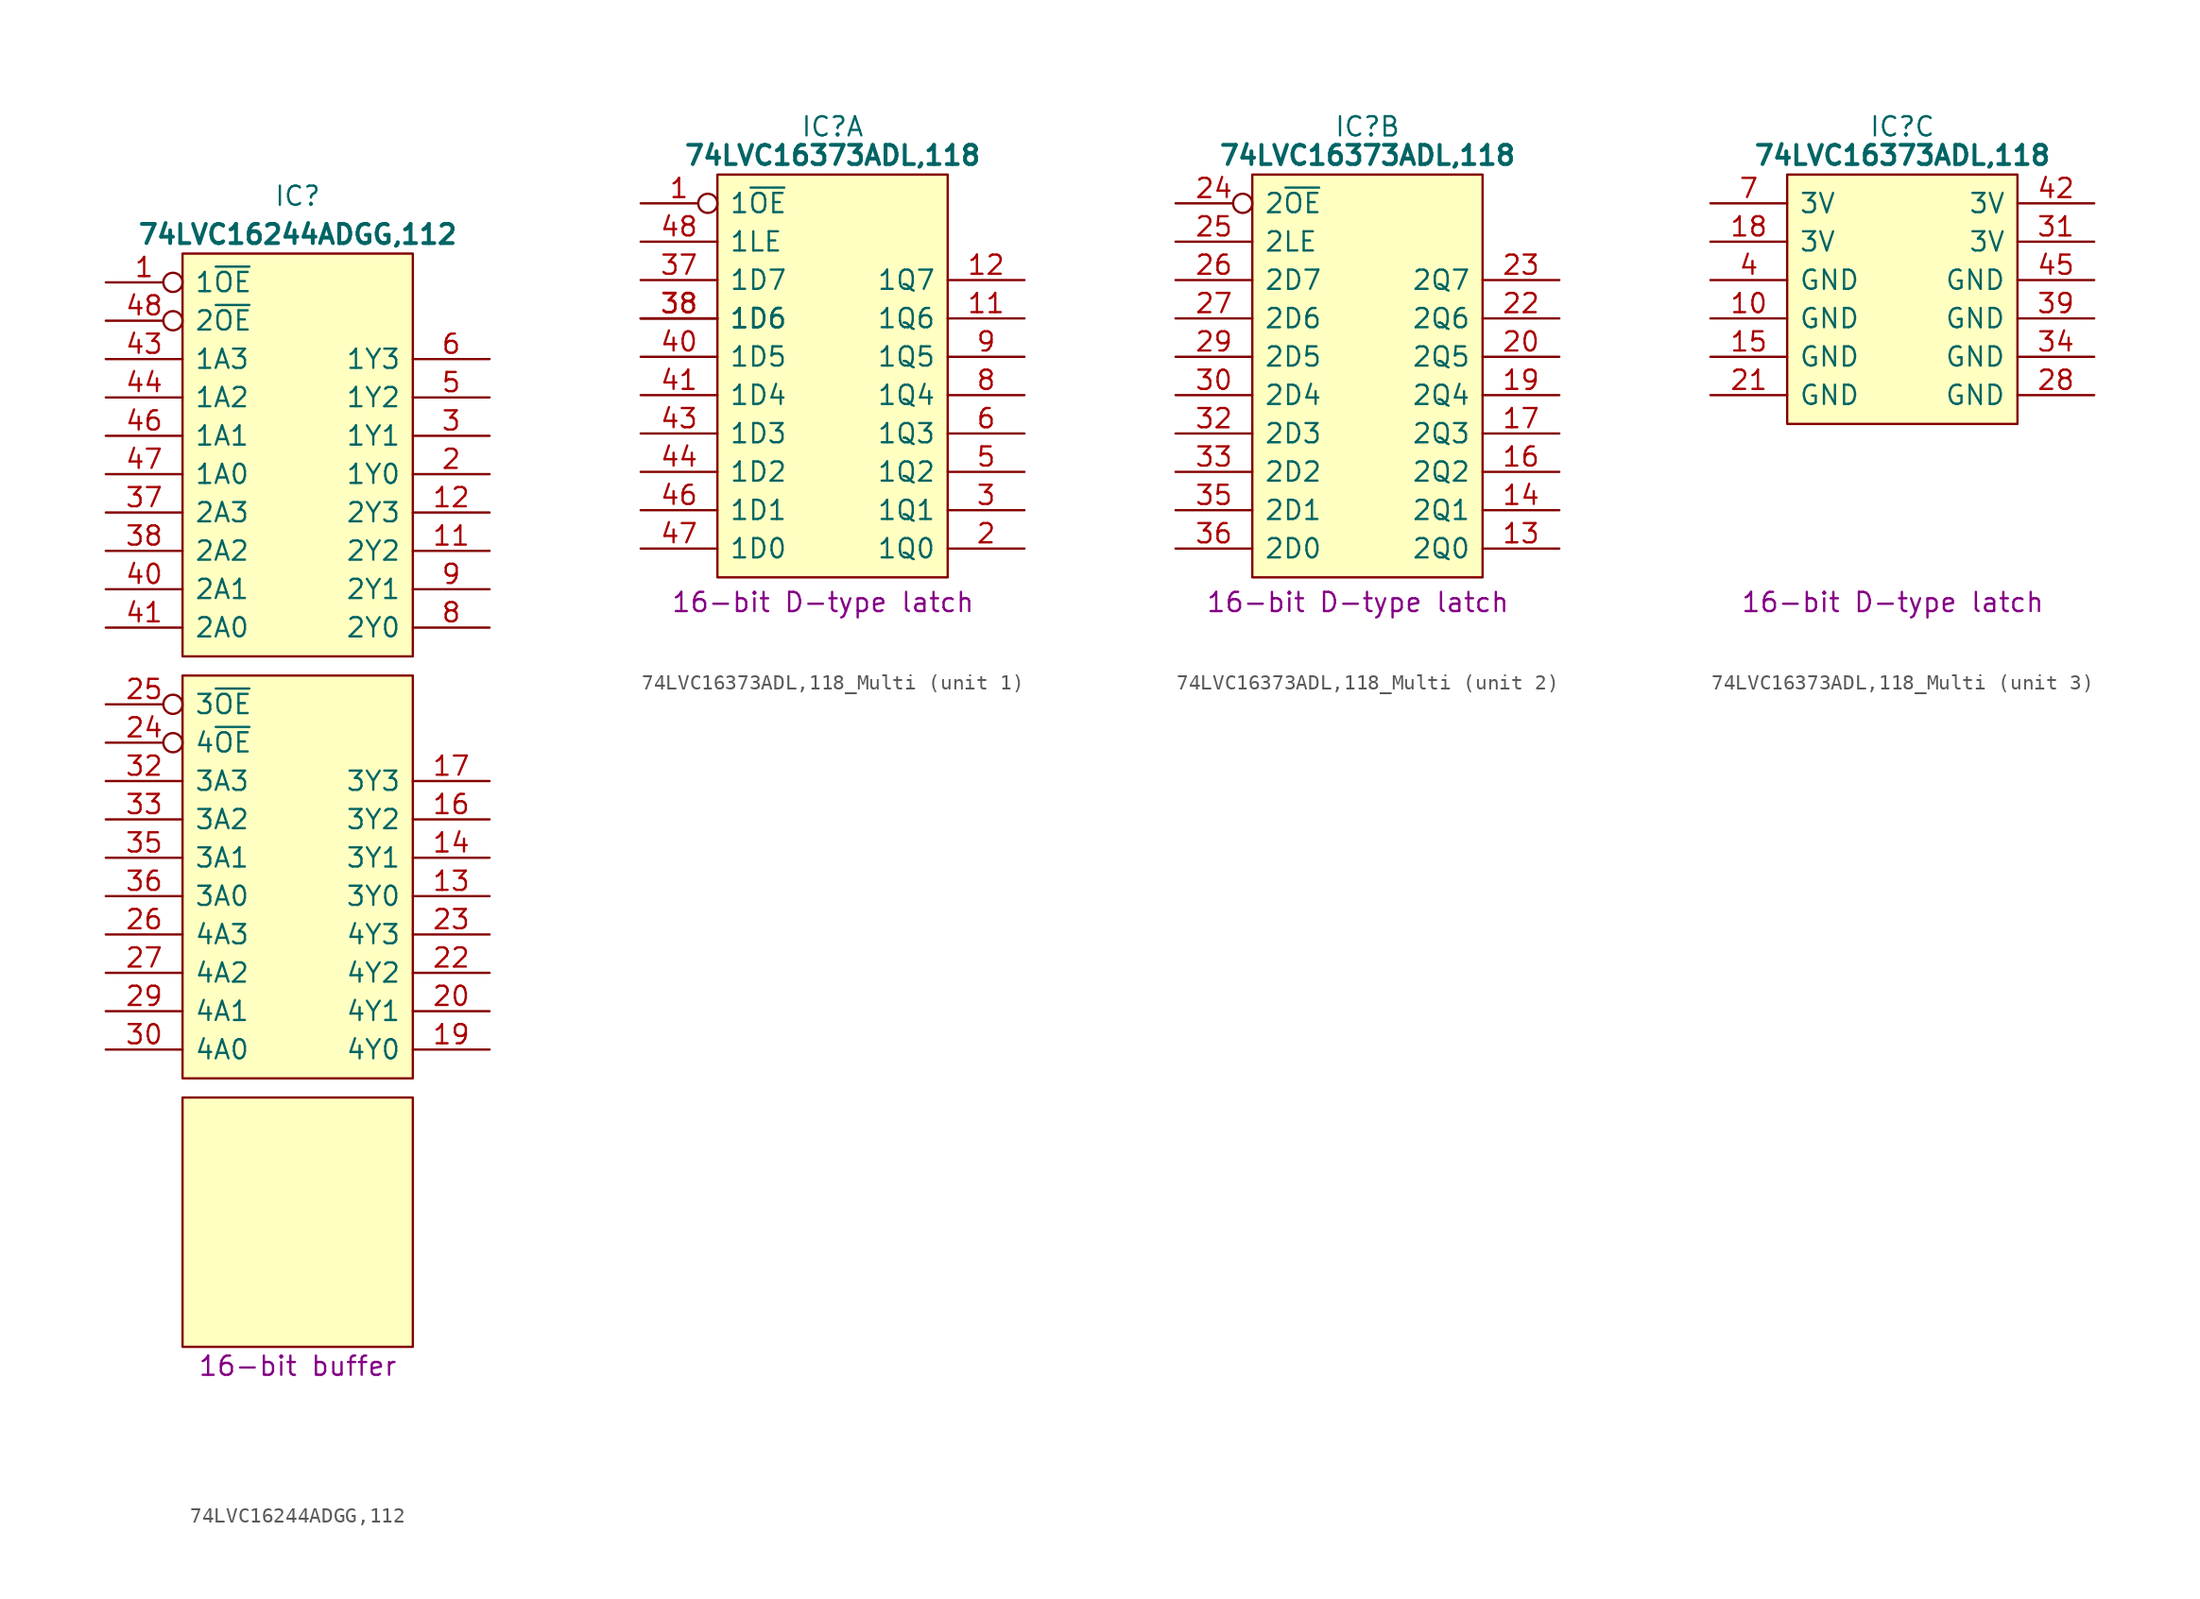
<source format=kicad_sym>
(kicad_symbol_lib
  (version 20231120)
  (generator "kicad_symbol_editor")
  (generator_version "8.0")
  (symbol "74LVC16244ADGG,112"
    (pin_names
      (offset 0.762))
    (property "Reference" "IC"
      (at 12.7 5.715 0)
      (effects (font (size 1.27 1.27))))
    (property "Value" "74LVC16244ADGG,112"
      (at 12.7 3.175 0)
      (effects (font (size 1.27 1.27) (bold yes))))
    (property "Description" "16-bit buffer"
      (at 12.7 -71.755 0)
      (effects (font (size 1.27 1.27))))
    (symbol "74LVC16244ADGG,112_0_0"
      (pin input inverted (at 0 0 0) (length 5.08) (name "1~{OE}" (effects (font (size 1.27 1.27)))) (number "1" (effects (font (size 1.27 1.27)))))
      (pin tri_state line (at 25.4 -17.78 180) (length 5.08) (name "2Y2" (effects (font (size 1.27 1.27)))) (number "11" (effects (font (size 1.27 1.27)))))
      (pin tri_state line (at 25.4 -15.24 180) (length 5.08) (name "2Y3" (effects (font (size 1.27 1.27)))) (number "12" (effects (font (size 1.27 1.27)))))
      (pin tri_state line (at 25.4 -40.64 180) (length 5.08) (name "3Y0" (effects (font (size 1.27 1.27)))) (number "13" (effects (font (size 1.27 1.27)))))
      (pin tri_state line (at 25.4 -38.1 180) (length 5.08) (name "3Y1" (effects (font (size 1.27 1.27)))) (number "14" (effects (font (size 1.27 1.27)))))
      (pin tri_state line (at 25.4 -35.56 180) (length 5.08) (name "3Y2" (effects (font (size 1.27 1.27)))) (number "16" (effects (font (size 1.27 1.27)))))
      (pin tri_state line (at 25.4 -50.8 180) (length 5.08) (name "4Y0" (effects (font (size 1.27 1.27)))) (number "19" (effects (font (size 1.27 1.27)))))
      (pin tri_state line (at 25.4 -12.7 180) (length 5.08) (name "1Y0" (effects (font (size 1.27 1.27)))) (number "2" (effects (font (size 1.27 1.27)))))
      (pin tri_state line (at 25.4 -48.26 180) (length 5.08) (name "4Y1" (effects (font (size 1.27 1.27)))) (number "20" (effects (font (size 1.27 1.27)))))
      (pin tri_state line (at 25.4 -45.72 180) (length 5.08) (name "4Y2" (effects (font (size 1.27 1.27)))) (number "22" (effects (font (size 1.27 1.27)))))
      (pin tri_state line (at 25.4 -43.18 180) (length 5.08) (name "4Y3" (effects (font (size 1.27 1.27)))) (number "23" (effects (font (size 1.27 1.27)))))
      (pin input inverted (at 0 -30.48 0) (length 5.08) (name "4~{OE}" (effects (font (size 1.27 1.27)))) (number "24" (effects (font (size 1.27 1.27)))))
      (pin input inverted (at 0 -27.94 0) (length 5.08) (name "3~{OE}" (effects (font (size 1.27 1.27)))) (number "25" (effects (font (size 1.27 1.27)))))
      (pin input line (at 0 -43.18 0) (length 5.08) (name "4A3" (effects (font (size 1.27 1.27)))) (number "26" (effects (font (size 1.27 1.27)))))
      (pin input line (at 0 -45.72 0) (length 5.08) (name "4A2" (effects (font (size 1.27 1.27)))) (number "27" (effects (font (size 1.27 1.27)))))
      (pin input line (at 0 -48.26 0) (length 5.08) (name "4A1" (effects (font (size 1.27 1.27)))) (number "29" (effects (font (size 1.27 1.27)))))
      (pin tri_state line (at 25.4 -10.16 180) (length 5.08) (name "1Y1" (effects (font (size 1.27 1.27)))) (number "3" (effects (font (size 1.27 1.27)))))
      (pin input line (at 0 -50.8 0) (length 5.08) (name "4A0" (effects (font (size 1.27 1.27)))) (number "30" (effects (font (size 1.27 1.27)))))
      (pin input line (at 0 -33.02 0) (length 5.08) (name "3A3" (effects (font (size 1.27 1.27)))) (number "32" (effects (font (size 1.27 1.27)))))
      (pin input line (at 0 -35.56 0) (length 5.08) (name "3A2" (effects (font (size 1.27 1.27)))) (number "33" (effects (font (size 1.27 1.27)))))
      (pin input line (at 0 -38.1 0) (length 5.08) (name "3A1" (effects (font (size 1.27 1.27)))) (number "35" (effects (font (size 1.27 1.27)))))
      (pin input line (at 0 -40.64 0) (length 5.08) (name "3A0" (effects (font (size 1.27 1.27)))) (number "36" (effects (font (size 1.27 1.27)))))
      (pin input line (at 0 -15.24 0) (length 5.08) (name "2A3" (effects (font (size 1.27 1.27)))) (number "37" (effects (font (size 1.27 1.27)))))
      (pin input line (at 0 -17.78 0) (length 5.08) (name "2A2" (effects (font (size 1.27 1.27)))) (number "38" (effects (font (size 1.27 1.27)))))
      (pin input line (at 0 -20.32 0) (length 5.08) (name "2A1" (effects (font (size 1.27 1.27)))) (number "40" (effects (font (size 1.27 1.27)))))
      (pin input line (at 0 -5.08 0) (length 5.08) (name "1A3" (effects (font (size 1.27 1.27)))) (number "43" (effects (font (size 1.27 1.27)))))
      (pin input line (at 0 -7.62 0) (length 5.08) (name "1A2" (effects (font (size 1.27 1.27)))) (number "44" (effects (font (size 1.27 1.27)))))
      (pin input line (at 0 -10.16 0) (length 5.08) (name "1A1" (effects (font (size 1.27 1.27)))) (number "46" (effects (font (size 1.27 1.27)))))
      (pin input line (at 0 -12.7 0) (length 5.08) (name "1A0" (effects (font (size 1.27 1.27)))) (number "47" (effects (font (size 1.27 1.27)))))
      (pin input inverted (at 0 -2.54 0) (length 5.08) (name "2~{OE}" (effects (font (size 1.27 1.27)))) (number "48" (effects (font (size 1.27 1.27)))))
      (pin tri_state line (at 25.4 -7.62 180) (length 5.08) (name "1Y2" (effects (font (size 1.27 1.27)))) (number "5" (effects (font (size 1.27 1.27)))))
      (pin tri_state line (at 25.4 -5.08 180) (length 5.08) (name "1Y3" (effects (font (size 1.27 1.27)))) (number "6" (effects (font (size 1.27 1.27)))))
      (pin tri_state line (at 25.4 -22.86 180) (length 5.08) (name "2Y0" (effects (font (size 1.27 1.27)))) (number "8" (effects (font (size 1.27 1.27)))))
      (pin tri_state line (at 25.4 -20.32 180) (length 5.08) (name "2Y1" (effects (font (size 1.27 1.27)))) (number "9" (effects (font (size 1.27 1.27))))))
    (symbol "74LVC16244ADGG,112_0_1"
      (polyline (pts (xy 5.08 -53.975) (xy 20.32 -53.975) (xy 20.32 -70.485) (xy 5.08 -70.485) (xy 5.08 -53.975)) (stroke (width 0.152) (type default)) (fill (type background)))
      (polyline (pts (xy 5.08 -26.035) (xy 20.32 -26.035) (xy 20.32 -52.705) (xy 5.08 -52.705) (xy 5.08 -26.035)) (stroke (width 0.152) (type default)) (fill (type background)))
      (polyline (pts (xy 5.08 1.905) (xy 20.32 1.905) (xy 20.32 -24.765) (xy 5.08 -24.765) (xy 5.08 1.905)) (stroke (width 0.152) (type default)) (fill (type background))))
    (symbol "74LVC16244ADGG,112_1_0"
      (pin passive line (at 0 -63.5 0) (length 5.08) hide (name "GND" (effects (font (size 1.27 1.27)))) (number "10" (effects (font (size 1.27 1.27)))))
      (pin passive line (at 0 -66.04 0) (length 5.08) hide (name "GND" (effects (font (size 1.27 1.27)))) (number "15" (effects (font (size 1.27 1.27)))))
      (pin tri_state line (at 25.4 -33.02 180) (length 5.08) (name "3Y3" (effects (font (size 1.27 1.27)))) (number "17" (effects (font (size 1.27 1.27)))))
      (pin passive line (at 0 -58.42 0) (length 5.08) hide (name "3V" (effects (font (size 1.27 1.27)))) (number "18" (effects (font (size 1.27 1.27)))))
      (pin passive line (at 0 -68.58 0) (length 5.08) hide (name "GND" (effects (font (size 1.27 1.27)))) (number "21" (effects (font (size 1.27 1.27)))))
      (pin passive line (at 25.4 -68.58 180) (length 5.08) hide (name "GND" (effects (font (size 1.27 1.27)))) (number "28" (effects (font (size 1.27 1.27)))))
      (pin passive line (at 25.4 -58.42 180) (length 5.08) hide (name "3V" (effects (font (size 1.27 1.27)))) (number "31" (effects (font (size 1.27 1.27)))))
      (pin passive line (at 25.4 -66.04 180) (length 5.08) hide (name "GND" (effects (font (size 1.27 1.27)))) (number "34" (effects (font (size 1.27 1.27)))))
      (pin passive line (at 25.4 -63.5 180) (length 5.08) hide (name "GND" (effects (font (size 1.27 1.27)))) (number "39" (effects (font (size 1.27 1.27)))))
      (pin passive line (at 0 -60.96 0) (length 5.08) hide (name "GND" (effects (font (size 1.27 1.27)))) (number "4" (effects (font (size 1.27 1.27)))))
      (pin input line (at 0 -22.86 0) (length 5.08) (name "2A0" (effects (font (size 1.27 1.27)))) (number "41" (effects (font (size 1.27 1.27)))))
      (pin passive line (at 25.4 -55.88 180) (length 5.08) hide (name "3V" (effects (font (size 1.27 1.27)))) (number "42" (effects (font (size 1.27 1.27)))))
      (pin passive line (at 25.4 -60.96 180) (length 5.08) hide (name "GND" (effects (font (size 1.27 1.27)))) (number "45" (effects (font (size 1.27 1.27)))))
      (pin passive line (at 0 -55.88 0) (length 5.08) hide (name "3V" (effects (font (size 1.27 1.27)))) (number "7" (effects (font (size 1.27 1.27)))))))
  (symbol "74LVC16373ADL,118_Multi"
    (pin_names
      (offset 0.762))
    (property "Reference" "IC"
      (at 12.7 5.08 0)
      (effects (font (size 1.27 1.27))))
    (property "Value" "74LVC16373ADL,118"
      (at 12.7 3.175 0)
      (effects (font (size 1.27 1.27) (bold yes))))
    (property "Description" "16-bit D-type latch"
      (at 12.065 -26.416 0)
      (effects (font (size 1.27 1.27))))
    (property "ki_locked" ""
      (at 0 0 0)
      (effects (font (size 1.27 1.27))))
    (symbol "74LVC16373ADL,118_Multi_1_0"
      (pin input inverted (at 0 0 0) (length 5.08) (name "1~{OE}" (effects (font (size 1.27 1.27)))) (number "1" (effects (font (size 1.27 1.27)))))
      (pin tri_state line (at 25.4 -7.62 180) (length 5.08) (name "1Q6" (effects (font (size 1.27 1.27)))) (number "11" (effects (font (size 1.27 1.27)))))
      (pin tri_state line (at 25.4 -5.08 180) (length 5.08) (name "1Q7" (effects (font (size 1.27 1.27)))) (number "12" (effects (font (size 1.27 1.27)))))
      (pin tri_state line (at 25.4 -22.86 180) (length 5.08) (name "1Q0" (effects (font (size 1.27 1.27)))) (number "2" (effects (font (size 1.27 1.27)))))
      (pin tri_state line (at 25.4 -20.32 180) (length 5.08) (name "1Q1" (effects (font (size 1.27 1.27)))) (number "3" (effects (font (size 1.27 1.27)))))
      (pin input line (at 0 -5.08 0) (length 5.08) (name "1D7" (effects (font (size 1.27 1.27)))) (number "37" (effects (font (size 1.27 1.27)))))
      (pin input line (at 0 -7.62 0) (length 5.08) (name "1D6" (effects (font (size 1.27 1.27)))) (number "38" (effects (font (size 1.27 1.27)))))
      (pin input line (at 0 -7.62 0) (length 5.08) (name "1D6" (effects (font (size 1.27 1.27)))) (number "38" (effects (font (size 1.27 1.27)))))
      (pin input line (at 0 -7.62 0) (length 5.08) (name "1D6" (effects (font (size 1.27 1.27)))) (number "38" (effects (font (size 1.27 1.27)))))
      (pin input line (at 0 -10.16 0) (length 5.08) (name "1D5" (effects (font (size 1.27 1.27)))) (number "40" (effects (font (size 1.27 1.27)))))
      (pin input line (at 0 -12.7 0) (length 5.08) (name "1D4" (effects (font (size 1.27 1.27)))) (number "41" (effects (font (size 1.27 1.27)))))
      (pin input line (at 0 -15.24 0) (length 5.08) (name "1D3" (effects (font (size 1.27 1.27)))) (number "43" (effects (font (size 1.27 1.27)))))
      (pin input line (at 0 -17.78 0) (length 5.08) (name "1D2" (effects (font (size 1.27 1.27)))) (number "44" (effects (font (size 1.27 1.27)))))
      (pin input line (at 0 -20.32 0) (length 5.08) (name "1D1" (effects (font (size 1.27 1.27)))) (number "46" (effects (font (size 1.27 1.27)))))
      (pin input line (at 0 -22.86 0) (length 5.08) (name "1D0" (effects (font (size 1.27 1.27)))) (number "47" (effects (font (size 1.27 1.27)))))
      (pin input line (at 0 -2.54 0) (length 5.08) (name "1LE" (effects (font (size 1.27 1.27)))) (number "48" (effects (font (size 1.27 1.27)))))
      (pin tri_state line (at 25.4 -17.78 180) (length 5.08) (name "1Q2" (effects (font (size 1.27 1.27)))) (number "5" (effects (font (size 1.27 1.27)))))
      (pin tri_state line (at 25.4 -15.24 180) (length 5.08) (name "1Q3" (effects (font (size 1.27 1.27)))) (number "6" (effects (font (size 1.27 1.27)))))
      (pin tri_state line (at 25.4 -12.7 180) (length 5.08) (name "1Q4" (effects (font (size 1.27 1.27)))) (number "8" (effects (font (size 1.27 1.27)))))
      (pin tri_state line (at 25.4 -10.16 180) (length 5.08) (name "1Q5" (effects (font (size 1.27 1.27)))) (number "9" (effects (font (size 1.27 1.27))))))
    (symbol "74LVC16373ADL,118_Multi_1_1"
      (polyline (pts (xy 5.08 1.905) (xy 20.32 1.905) (xy 20.32 -24.765) (xy 5.08 -24.765) (xy 5.08 1.905)) (stroke (width 0.152) (type default)) (fill (type background))))
    (symbol "74LVC16373ADL,118_Multi_2_0"
      (pin tri_state line (at 25.4 -22.86 180) (length 5.08) (name "2Q0" (effects (font (size 1.27 1.27)))) (number "13" (effects (font (size 1.27 1.27)))))
      (pin tri_state line (at 25.4 -20.32 180) (length 5.08) (name "2Q1" (effects (font (size 1.27 1.27)))) (number "14" (effects (font (size 1.27 1.27)))))
      (pin tri_state line (at 25.4 -17.78 180) (length 5.08) (name "2Q2" (effects (font (size 1.27 1.27)))) (number "16" (effects (font (size 1.27 1.27)))))
      (pin tri_state line (at 25.4 -15.24 180) (length 5.08) (name "2Q3" (effects (font (size 1.27 1.27)))) (number "17" (effects (font (size 1.27 1.27)))))
      (pin tri_state line (at 25.4 -12.7 180) (length 5.08) (name "2Q4" (effects (font (size 1.27 1.27)))) (number "19" (effects (font (size 1.27 1.27)))))
      (pin tri_state line (at 25.4 -10.16 180) (length 5.08) (name "2Q5" (effects (font (size 1.27 1.27)))) (number "20" (effects (font (size 1.27 1.27)))))
      (pin tri_state line (at 25.4 -7.62 180) (length 5.08) (name "2Q6" (effects (font (size 1.27 1.27)))) (number "22" (effects (font (size 1.27 1.27)))))
      (pin tri_state line (at 25.4 -5.08 180) (length 5.08) (name "2Q7" (effects (font (size 1.27 1.27)))) (number "23" (effects (font (size 1.27 1.27)))))
      (pin input inverted (at 0 0 0) (length 5.08) (name "2~{OE}" (effects (font (size 1.27 1.27)))) (number "24" (effects (font (size 1.27 1.27)))))
      (pin input line (at 0 -2.54 0) (length 5.08) (name "2LE" (effects (font (size 1.27 1.27)))) (number "25" (effects (font (size 1.27 1.27)))))
      (pin input line (at 0 -5.08 0) (length 5.08) (name "2D7" (effects (font (size 1.27 1.27)))) (number "26" (effects (font (size 1.27 1.27)))))
      (pin input line (at 0 -7.62 0) (length 5.08) (name "2D6" (effects (font (size 1.27 1.27)))) (number "27" (effects (font (size 1.27 1.27)))))
      (pin input line (at 0 -10.16 0) (length 5.08) (name "2D5" (effects (font (size 1.27 1.27)))) (number "29" (effects (font (size 1.27 1.27)))))
      (pin input line (at 0 -12.7 0) (length 5.08) (name "2D4" (effects (font (size 1.27 1.27)))) (number "30" (effects (font (size 1.27 1.27)))))
      (pin input line (at 0 -15.24 0) (length 5.08) (name "2D3" (effects (font (size 1.27 1.27)))) (number "32" (effects (font (size 1.27 1.27)))))
      (pin input line (at 0 -17.78 0) (length 5.08) (name "2D2" (effects (font (size 1.27 1.27)))) (number "33" (effects (font (size 1.27 1.27)))))
      (pin input line (at 0 -20.32 0) (length 5.08) (name "2D1" (effects (font (size 1.27 1.27)))) (number "35" (effects (font (size 1.27 1.27)))))
      (pin input line (at 0 -22.86 0) (length 5.08) (name "2D0" (effects (font (size 1.27 1.27)))) (number "36" (effects (font (size 1.27 1.27))))))
    (symbol "74LVC16373ADL,118_Multi_2_1"
      (polyline (pts (xy 5.08 1.905) (xy 20.32 1.905) (xy 20.32 -24.765) (xy 5.08 -24.765) (xy 5.08 1.905)) (stroke (width 0.152) (type default)) (fill (type background))))
    (symbol "74LVC16373ADL,118_Multi_3_0"
      (pin passive line (at 0 -7.62 0) (length 5.08) (name "GND" (effects (font (size 1.27 1.27)))) (number "10" (effects (font (size 1.27 1.27)))))
      (pin passive line (at 0 -10.16 0) (length 5.08) (name "GND" (effects (font (size 1.27 1.27)))) (number "15" (effects (font (size 1.27 1.27)))))
      (pin passive line (at 0 -2.54 0) (length 5.08) (name "3V" (effects (font (size 1.27 1.27)))) (number "18" (effects (font (size 1.27 1.27)))))
      (pin passive line (at 0 -12.7 0) (length 5.08) (name "GND" (effects (font (size 1.27 1.27)))) (number "21" (effects (font (size 1.27 1.27)))))
      (pin passive line (at 25.4 -12.7 180) (length 5.08) (name "GND" (effects (font (size 1.27 1.27)))) (number "28" (effects (font (size 1.27 1.27)))))
      (pin passive line (at 25.4 -2.54 180) (length 5.08) (name "3V" (effects (font (size 1.27 1.27)))) (number "31" (effects (font (size 1.27 1.27)))))
      (pin passive line (at 25.4 -10.16 180) (length 5.08) (name "GND" (effects (font (size 1.27 1.27)))) (number "34" (effects (font (size 1.27 1.27)))))
      (pin passive line (at 25.4 -7.62 180) (length 5.08) (name "GND" (effects (font (size 1.27 1.27)))) (number "39" (effects (font (size 1.27 1.27)))))
      (pin passive line (at 0 -5.08 0) (length 5.08) (name "GND" (effects (font (size 1.27 1.27)))) (number "4" (effects (font (size 1.27 1.27)))))
      (pin passive line (at 25.4 0 180) (length 5.08) (name "3V" (effects (font (size 1.27 1.27)))) (number "42" (effects (font (size 1.27 1.27)))))
      (pin passive line (at 25.4 -5.08 180) (length 5.08) (name "GND" (effects (font (size 1.27 1.27)))) (number "45" (effects (font (size 1.27 1.27)))))
      (pin passive line (at 0 0 0) (length 5.08) (name "3V" (effects (font (size 1.27 1.27)))) (number "7" (effects (font (size 1.27 1.27))))))
    (symbol "74LVC16373ADL,118_Multi_3_1"
      (polyline (pts (xy 5.08 1.905) (xy 20.32 1.905) (xy 20.32 -14.605) (xy 5.08 -14.605) (xy 5.08 1.905)) (stroke (width 0.152) (type default)) (fill (type background))))))
</source>
